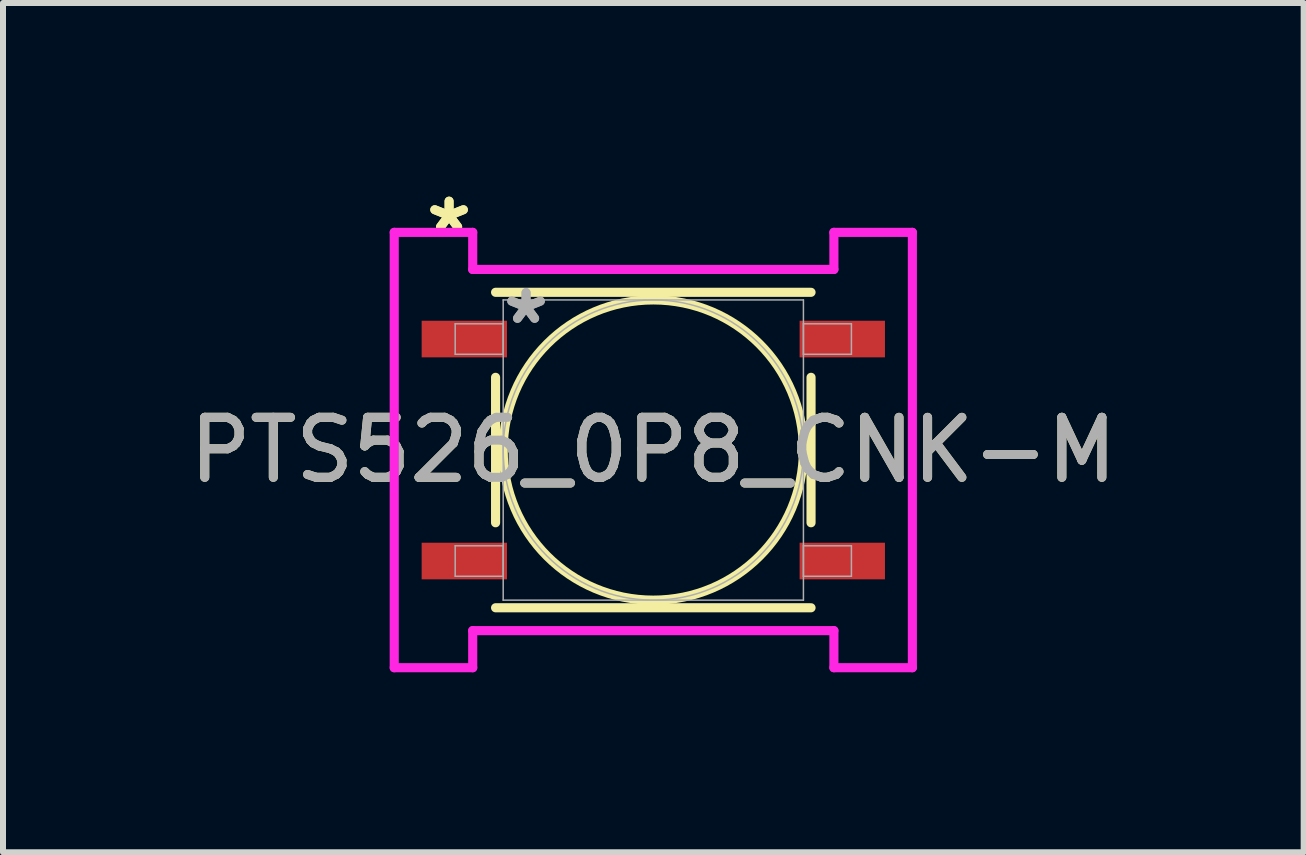
<source format=kicad_pcb>
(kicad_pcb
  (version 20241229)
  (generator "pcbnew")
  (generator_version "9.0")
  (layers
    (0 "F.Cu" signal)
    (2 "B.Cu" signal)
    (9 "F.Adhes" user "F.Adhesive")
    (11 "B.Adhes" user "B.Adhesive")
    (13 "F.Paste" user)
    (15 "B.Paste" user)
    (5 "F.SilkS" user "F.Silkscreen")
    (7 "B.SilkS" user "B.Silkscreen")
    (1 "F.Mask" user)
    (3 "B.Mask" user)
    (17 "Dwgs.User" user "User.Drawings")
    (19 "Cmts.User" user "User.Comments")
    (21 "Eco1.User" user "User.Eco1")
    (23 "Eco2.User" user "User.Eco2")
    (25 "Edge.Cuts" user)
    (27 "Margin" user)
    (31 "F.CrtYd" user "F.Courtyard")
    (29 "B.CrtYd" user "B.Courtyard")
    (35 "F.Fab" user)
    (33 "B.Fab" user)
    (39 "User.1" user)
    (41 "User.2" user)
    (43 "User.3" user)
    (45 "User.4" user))
  (footprint "PTS526_0P8_CNK-M"
    (layer "F.Cu")
    (at 7.839 4.451)
    (property "Reference" "PTS526_0P8_CNK-M" (at 0 0 0) (unlocked yes) (layer "F.SilkS") (effects (font (size 1 1) (thickness 0.15))))
    (attr smd)
    (fp_line (start -2.629 -1.212) (end -2.629 1.212) (stroke (width 0.152) (type solid)) (layer "F.SilkS"))
    (fp_line (start -2.629 2.629) (end 2.629 2.629) (stroke (width 0.152) (type solid)) (layer "F.SilkS"))
    (fp_line (start 2.629 -2.629) (end -2.629 -2.629) (stroke (width 0.152) (type solid)) (layer "F.SilkS"))
    (fp_line (start 2.629 1.212) (end 2.629 -1.212) (stroke (width 0.152) (type solid)) (layer "F.SilkS"))
    (fp_circle (center 0 0) (end 2.502 0) (stroke (width 0.152) (type solid)) (fill no) (layer "F.SilkS"))
    (fp_line (start -4.318 -3.628) (end -3.01 -3.628) (stroke (width 0.152) (type solid)) (layer "F.CrtYd"))
    (fp_line (start -4.318 3.628) (end -4.318 -3.628) (stroke (width 0.152) (type solid)) (layer "F.CrtYd"))
    (fp_line (start -3.01 -3.628) (end -3.01 -3.01) (stroke (width 0.152) (type solid)) (layer "F.CrtYd"))
    (fp_line (start -3.01 -3.01) (end 3.01 -3.01) (stroke (width 0.152) (type solid)) (layer "F.CrtYd"))
    (fp_line (start -3.01 3.01) (end -3.01 3.628) (stroke (width 0.152) (type solid)) (layer "F.CrtYd"))
    (fp_line (start -3.01 3.628) (end -4.318 3.628) (stroke (width 0.152) (type solid)) (layer "F.CrtYd"))
    (fp_line (start 3.01 -3.628) (end 4.318 -3.628) (stroke (width 0.152) (type solid)) (layer "F.CrtYd"))
    (fp_line (start 3.01 -3.01) (end 3.01 -3.628) (stroke (width 0.152) (type solid)) (layer "F.CrtYd"))
    (fp_line (start 3.01 3.01) (end -3.01 3.01) (stroke (width 0.152) (type solid)) (layer "F.CrtYd"))
    (fp_line (start 3.01 3.628) (end 3.01 3.01) (stroke (width 0.152) (type solid)) (layer "F.CrtYd"))
    (fp_line (start 4.318 -3.628) (end 4.318 3.628) (stroke (width 0.152) (type solid)) (layer "F.CrtYd"))
    (fp_line (start 4.318 3.628) (end 3.01 3.628) (stroke (width 0.152) (type solid)) (layer "F.CrtYd"))
    (fp_line (start -3.302 -2.104) (end -3.302 -1.596) (stroke (width 0.025) (type solid)) (layer "F.Fab"))
    (fp_line (start -3.302 -1.596) (end -2.502 -1.596) (stroke (width 0.025) (type solid)) (layer "F.Fab"))
    (fp_line (start -3.302 1.596) (end -3.302 2.104) (stroke (width 0.025) (type solid)) (layer "F.Fab"))
    (fp_line (start -3.302 2.104) (end -2.502 2.104) (stroke (width 0.025) (type solid)) (layer "F.Fab"))
    (fp_line (start -2.502 -2.502) (end -2.502 2.502) (stroke (width 0.025) (type solid)) (layer "F.Fab"))
    (fp_line (start -2.502 -2.104) (end -3.302 -2.104) (stroke (width 0.025) (type solid)) (layer "F.Fab"))
    (fp_line (start -2.502 -1.596) (end -2.502 -2.104) (stroke (width 0.025) (type solid)) (layer "F.Fab"))
    (fp_line (start -2.502 1.596) (end -3.302 1.596) (stroke (width 0.025) (type solid)) (layer "F.Fab"))
    (fp_line (start -2.502 2.104) (end -2.502 1.596) (stroke (width 0.025) (type solid)) (layer "F.Fab"))
    (fp_line (start -2.502 2.502) (end 2.502 2.502) (stroke (width 0.025) (type solid)) (layer "F.Fab"))
    (fp_line (start 2.502 -2.502) (end -2.502 -2.502) (stroke (width 0.025) (type solid)) (layer "F.Fab"))
    (fp_line (start 2.502 -2.104) (end 2.502 -1.596) (stroke (width 0.025) (type solid)) (layer "F.Fab"))
    (fp_line (start 2.502 -1.596) (end 3.302 -1.596) (stroke (width 0.025) (type solid)) (layer "F.Fab"))
    (fp_line (start 2.502 1.596) (end 2.502 2.104) (stroke (width 0.025) (type solid)) (layer "F.Fab"))
    (fp_line (start 2.502 2.104) (end 3.302 2.104) (stroke (width 0.025) (type solid)) (layer "F.Fab"))
    (fp_line (start 2.502 2.502) (end 2.502 -2.502) (stroke (width 0.025) (type solid)) (layer "F.Fab"))
    (fp_line (start 3.302 -2.104) (end 2.502 -2.104) (stroke (width 0.025) (type solid)) (layer "F.Fab"))
    (fp_line (start 3.302 -1.596) (end 3.302 -2.104) (stroke (width 0.025) (type solid)) (layer "F.Fab"))
    (fp_line (start 3.302 1.596) (end 2.502 1.596) (stroke (width 0.025) (type solid)) (layer "F.Fab"))
    (fp_line (start 3.302 2.104) (end 3.302 1.596) (stroke (width 0.025) (type solid)) (layer "F.Fab"))
    (fp_circle (center 0 0) (end 2.502 0) (stroke (width 0.025) (type solid)) (fill no) (layer "F.Fab"))
    (fp_text user "*" (at -3.404 -3.603 0) (unlocked yes) (layer "F.SilkS") (effects (font (size 1 1) (thickness 0.15))))
    (fp_text user "*" (at -3.404 -3.603 0) (layer "F.SilkS") (effects (font (size 1 1) (thickness 0.15))))
    (fp_text user "*" (at -2.121 -2.079 0) (layer "F.Fab") (effects (font (size 1 1) (thickness 0.15))))
    (fp_text user "*" (at -2.121 -2.079 0) (unlocked yes) (layer "F.Fab") (effects (font (size 1 1) (thickness 0.15))))
    (fp_text user "${REFERENCE}" (at 0 0 0) (unlocked yes) (layer "F.Fab") (effects (font (size 1 1) (thickness 0.15))))
    (pad "1" smd rect (at -3.15 -1.85) (size 1.422 0.61) (layers "F.Cu" "F.Mask" "F.Paste"))
    (pad "2" smd rect (at 3.15 -1.85) (size 1.422 0.61) (layers "F.Cu" "F.Mask" "F.Paste"))
    (pad "3" smd rect (at -3.15 1.85) (size 1.422 0.61) (layers "F.Cu" "F.Mask" "F.Paste"))
    (pad "4" smd rect (at 3.15 1.85) (size 1.422 0.61) (layers "F.Cu" "F.Mask" "F.Paste")))
  (gr_rect
    (start -3 -3)
    (end 18.679 11.155)
    (stroke (width 0.1) (type default))
    (fill no)
    (layer "Edge.Cuts")))
</source>
